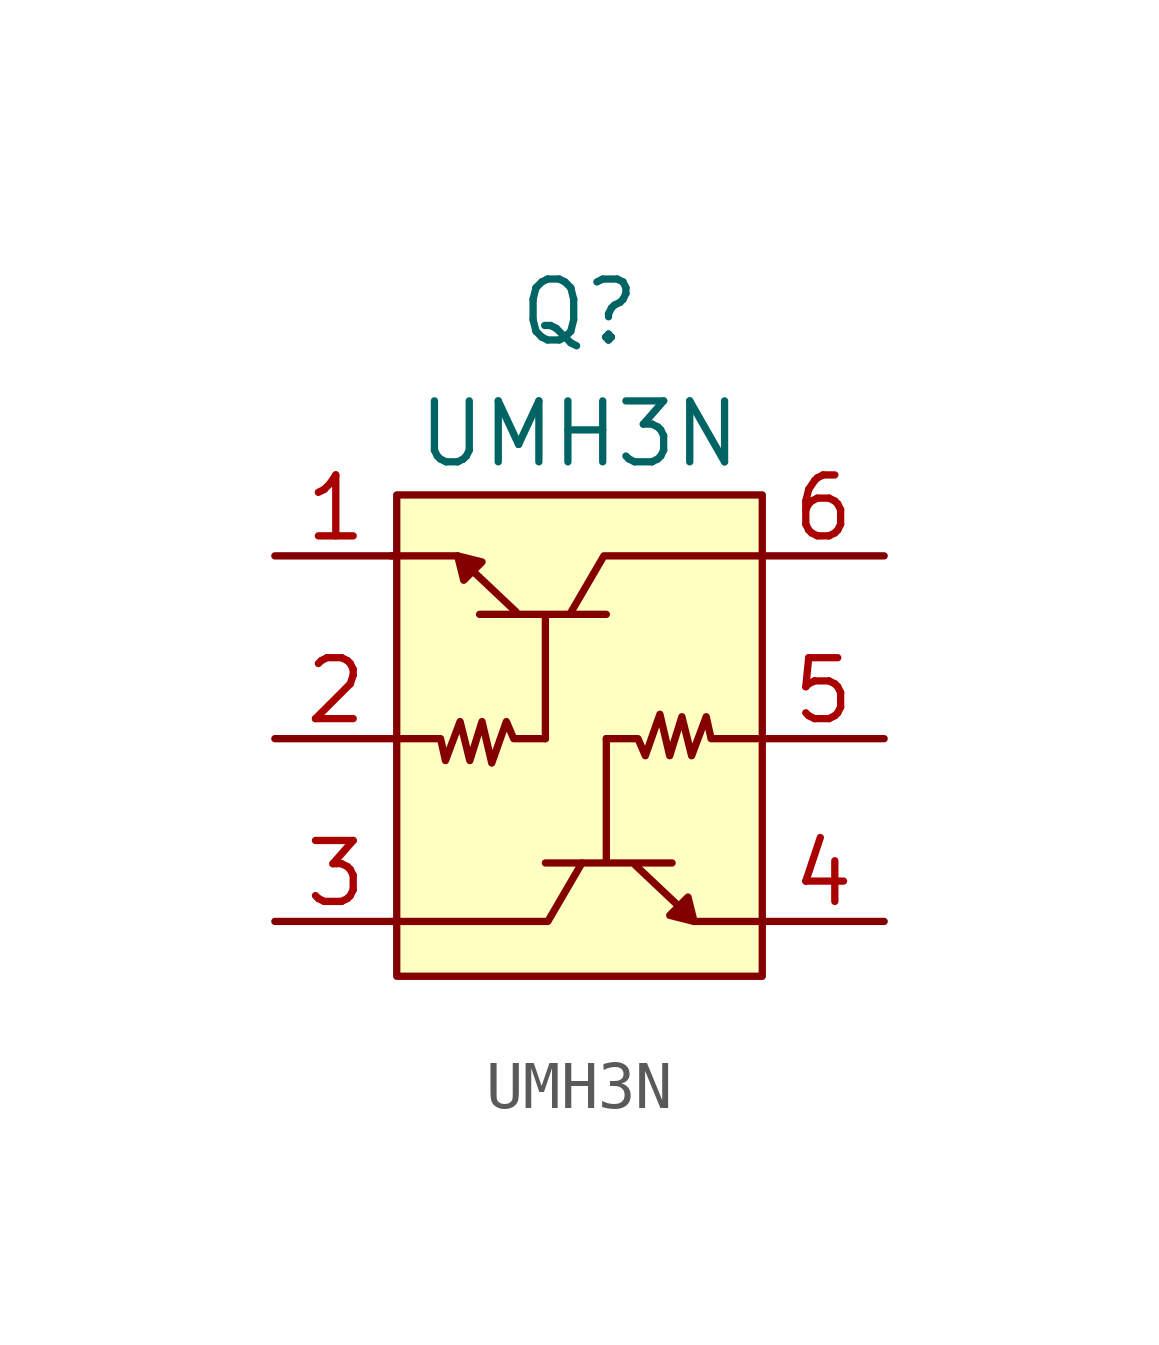
<source format=kicad_sym>
(kicad_symbol_lib
  (version 20211014)
  (generator kicad_symbol_editor)
  (symbol "UMH3N"
    (property "Reference" "Q"
      (at 0 8.89 0)
      (effects (font (size 1.27 1.27))))
    (property "Value" "UMH3N"
      (at 0 6.35 0)
      (effects (font (size 1.27 1.27))))
    (symbol "UMH3N_0_1"
      (rectangle (start -3.81 5.08) (end 3.81 -4.953) (stroke (width 0) (type default) (color 0 0 0 0)) (fill (type background)))
      (polyline (pts (xy -3.937 3.81) (xy -2.54 3.81)) (stroke (width 0) (type default) (color 0 0 0 0)) (fill (type none)))
      (polyline (pts (xy -2.235 3.505) (xy -1.321 2.642)) (stroke (width 0) (type default) (color 0 0 0 0)) (fill (type none)))
      (polyline (pts (xy -2.083 2.591) (xy 0.559 2.591)) (stroke (width 0) (type default) (color 0 0 0 0)) (fill (type none)))
      (polyline (pts (xy -0.711 0) (xy -0.711 2.54)) (stroke (width 0) (type default) (color 0 0 0 0)) (fill (type none)))
      (polyline (pts (xy 0.559 0) (xy 0.559 -2.54)) (stroke (width 0) (type default) (color 0 0 0 0)) (fill (type none)))
      (polyline (pts (xy 1.93 -2.591) (xy -0.711 -2.591)) (stroke (width 0) (type default) (color 0 0 0 0)) (fill (type none)))
      (polyline (pts (xy 2.083 -3.505) (xy 1.168 -2.642)) (stroke (width 0) (type default) (color 0 0 0 0)) (fill (type none)))
      (polyline (pts (xy 2.388 -3.81) (xy 3.81 -3.81)) (stroke (width 0) (type default) (color 0 0 0 0)) (fill (type none)))
      (polyline (pts (xy -0.203 2.591) (xy 0.508 3.81) (xy 3.759 3.81)) (stroke (width 0) (type default) (color 0 0 0 0)) (fill (type none)))
      (polyline (pts (xy 0.051 -2.591) (xy -0.66 -3.81) (xy -3.912 -3.81)) (stroke (width 0) (type default) (color 0 0 0 0)) (fill (type none)))
      (polyline (pts (xy -2.54 3.81) (xy -2.413 3.302) (xy -2.032 3.683) (xy -2.54 3.81)) (stroke (width 0) (type default) (color 0 0 0 0)) (fill (type outline)))
      (polyline (pts (xy 2.388 -3.81) (xy 2.261 -3.302) (xy 1.88 -3.683) (xy 2.388 -3.81)) (stroke (width 0) (type default) (color 0 0 0 0)) (fill (type outline)))
      (polyline (pts (xy -3.861 0) (xy -2.896 0) (xy -2.794 -0.457) (xy -2.489 0.356) (xy -2.286 -0.457) (xy -2.032 0.356) (xy -1.829 -0.508) (xy -1.524 0.356) (xy -1.372 0) (xy -0.711 0)) (stroke (width 0) (type default) (color 0 0 0 0)) (fill (type none)))
      (polyline (pts (xy 3.708 0) (xy 2.743 0) (xy 2.642 0.457) (xy 2.337 -0.356) (xy 2.134 0.457) (xy 1.88 -0.356) (xy 1.676 0.508) (xy 1.372 -0.356) (xy 1.219 0) (xy 0.559 0)) (stroke (width 0) (type default) (color 0 0 0 0)) (fill (type none))))
    (symbol "UMH3N_1_1"
      (pin output line (at -6.35 3.81 0) (length 2.54) (name "" (effects (font (size 1.27 1.27)))) (number "1" (effects (font (size 1.27 1.27)))))
      (pin input line (at -6.35 0 0) (length 2.54) (name "" (effects (font (size 1.27 1.27)))) (number "2" (effects (font (size 1.27 1.27)))))
      (pin input line (at -6.35 -3.81 0) (length 2.54) (name "" (effects (font (size 1.27 1.27)))) (number "3" (effects (font (size 1.27 1.27)))))
      (pin output line (at 6.35 -3.81 180) (length 2.54) (name "" (effects (font (size 1.27 1.27)))) (number "4" (effects (font (size 1.27 1.27)))))
      (pin input line (at 6.35 0 180) (length 2.54) (name "" (effects (font (size 1.27 1.27)))) (number "5" (effects (font (size 1.27 1.27)))))
      (pin input line (at 6.35 3.81 180) (length 2.54) (name "" (effects (font (size 1.27 1.27)))) (number "6" (effects (font (size 1.27 1.27))))))))
</source>
